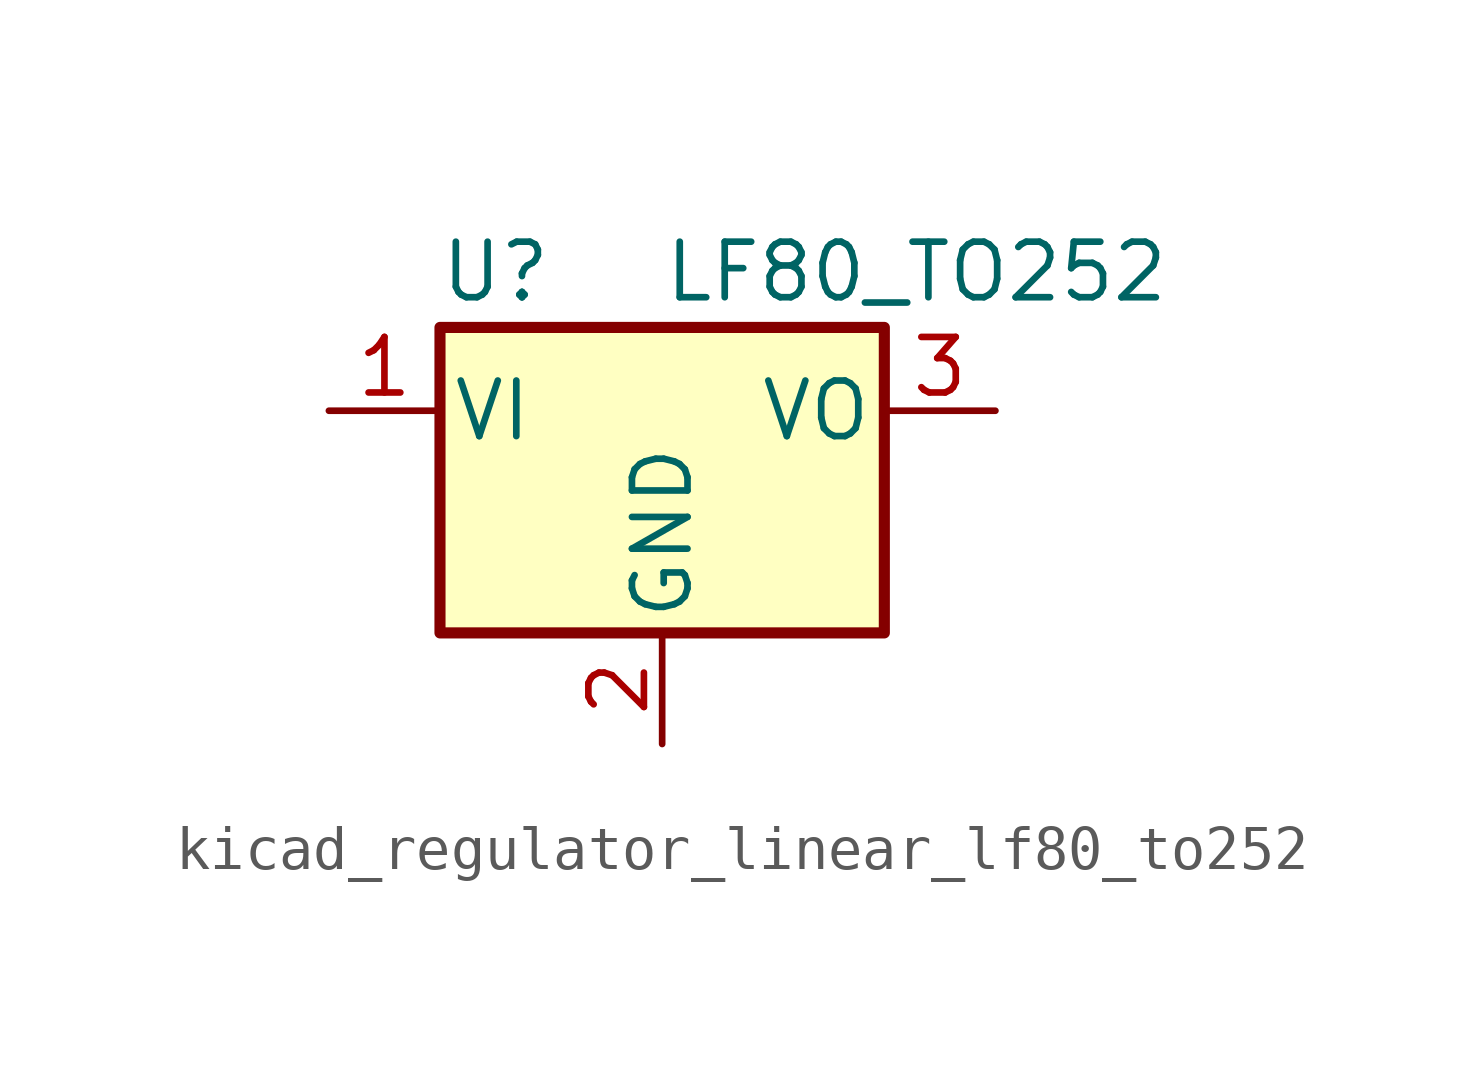
<source format=kicad_sym>
(kicad_symbol_lib
  (version 20220914)
  (generator kicad_symbol_editor)
  (symbol "kicad_regulator_linear_lf80_to252"
    (pin_names
      (offset 0.254))
    (property "Reference" "U"
      (at -3.81 3.175 0)
      (effects (font (size 1.27 1.27))))
    (property "Value" "LF80_TO252"
      (at 0 3.175 0)
      (effects (font (size 1.27 1.27)) (justify left)))
    (symbol "kicad_regulator_linear_lf80_to252_0_1"
      (rectangle (start -5.08 1.905) (end 5.08 -5.08) (stroke (width 0.254) (type default)) (fill (type background))))
    (symbol "kicad_regulator_linear_lf80_to252_1_1"
      (pin power_in line (at -7.62 0 0) (length 2.54) (name "VI" (effects (font (size 1.27 1.27)))) (number "1" (effects (font (size 1.27 1.27)))))
      (pin power_in line (at 0 -7.62 90) (length 2.54) (name "GND" (effects (font (size 1.27 1.27)))) (number "2" (effects (font (size 1.27 1.27)))))
      (pin power_out line (at 7.62 0 180) (length 2.54) (name "VO" (effects (font (size 1.27 1.27)))) (number "3" (effects (font (size 1.27 1.27))))))))
</source>
